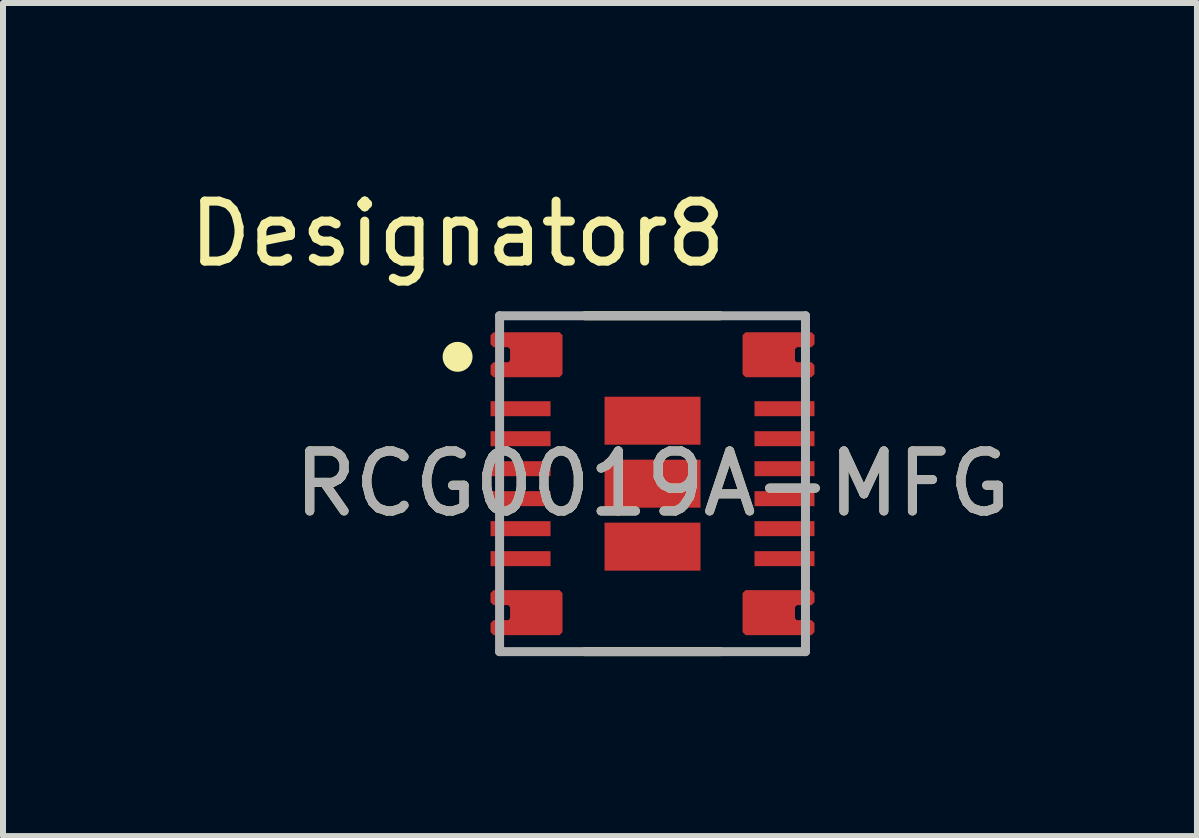
<source format=kicad_pcb>
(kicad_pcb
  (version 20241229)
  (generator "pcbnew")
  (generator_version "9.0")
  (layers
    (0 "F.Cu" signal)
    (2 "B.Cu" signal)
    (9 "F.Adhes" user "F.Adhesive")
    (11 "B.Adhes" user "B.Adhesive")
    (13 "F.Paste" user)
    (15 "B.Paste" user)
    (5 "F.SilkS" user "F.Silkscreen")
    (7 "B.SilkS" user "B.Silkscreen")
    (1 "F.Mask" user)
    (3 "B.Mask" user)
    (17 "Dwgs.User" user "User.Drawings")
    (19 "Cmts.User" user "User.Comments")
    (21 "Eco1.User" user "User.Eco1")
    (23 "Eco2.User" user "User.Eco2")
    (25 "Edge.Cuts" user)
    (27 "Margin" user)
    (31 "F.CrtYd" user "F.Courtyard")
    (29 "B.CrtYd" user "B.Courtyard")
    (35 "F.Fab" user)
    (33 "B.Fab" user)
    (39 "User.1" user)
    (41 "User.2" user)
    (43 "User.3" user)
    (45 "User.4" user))
  (footprint "RCG0019A-MFG"
    (layer "F.Cu")
    (at 7.829 5.014)
    (property "Reference" "RCG0019A-MFG" (at 0 0 0) (unlocked yes) (layer "F.SilkS") (effects (font (size 1 1) (thickness 0.15))))
    (attr smd)
    (fp_poly (pts (xy -2.65 -1.775) (xy -2.7 -1.825) (xy -2.7 -1.975) (xy -2.65 -2.025) (xy -2.402 -2.025) (xy -2.375 -2.059) (xy -2.375 -2.242) (xy -2.408 -2.275) (xy -2.651 -2.275) (xy -2.701 -2.325) (xy -2.701 -2.475) (xy -2.651 -2.525) (xy -1.551 -2.525) (xy -1.501 -2.475) (xy -1.501 -1.825) (xy -1.551 -1.775)) (stroke (width 0) (type solid)) (fill yes) (layer "F.Cu"))
    (fp_poly (pts (xy -2.65 2.525) (xy -2.7 2.475) (xy -2.7 2.325) (xy -2.65 2.275) (xy -2.402 2.275) (xy -2.375 2.241) (xy -2.375 2.058) (xy -2.408 2.025) (xy -2.651 2.025) (xy -2.701 1.975) (xy -2.701 1.825) (xy -2.651 1.775) (xy -1.551 1.775) (xy -1.501 1.825) (xy -1.501 2.475) (xy -1.551 2.525)) (stroke (width 0) (type solid)) (fill yes) (layer "F.Cu"))
    (fp_poly (pts (xy 2.65 -1.775) (xy 2.7 -1.825) (xy 2.7 -1.975) (xy 2.65 -2.025) (xy 2.402 -2.025) (xy 2.375 -2.059) (xy 2.375 -2.242) (xy 2.408 -2.275) (xy 2.651 -2.275) (xy 2.701 -2.325) (xy 2.701 -2.475) (xy 2.651 -2.525) (xy 1.551 -2.525) (xy 1.501 -2.475) (xy 1.501 -1.825) (xy 1.551 -1.775)) (stroke (width 0) (type solid)) (fill yes) (layer "F.Cu"))
    (fp_poly (pts (xy 2.65 2.525) (xy 2.7 2.475) (xy 2.7 2.325) (xy 2.65 2.275) (xy 2.402 2.275) (xy 2.375 2.241) (xy 2.375 2.058) (xy 2.408 2.025) (xy 2.651 2.025) (xy 2.701 1.975) (xy 2.701 1.825) (xy 2.651 1.775) (xy 1.551 1.775) (xy 1.501 1.825) (xy 1.501 2.475) (xy 1.551 2.525)) (stroke (width 0) (type solid)) (fill yes) (layer "F.Cu"))
    (fp_poly (pts (xy -2.65 -1.775) (xy -2.7 -1.825) (xy -2.7 -1.975) (xy -2.65 -2.025) (xy -2.402 -2.025) (xy -2.375 -2.059) (xy -2.375 -2.242) (xy -2.408 -2.275) (xy -2.651 -2.275) (xy -2.701 -2.325) (xy -2.701 -2.475) (xy -2.651 -2.525) (xy -1.551 -2.525) (xy -1.501 -2.475) (xy -1.501 -1.825) (xy -1.551 -1.775)) (stroke (width 0) (type solid)) (fill yes) (layer "F.Mask"))
    (fp_poly (pts (xy -2.65 2.525) (xy -2.7 2.475) (xy -2.7 2.325) (xy -2.65 2.275) (xy -2.402 2.275) (xy -2.375 2.241) (xy -2.375 2.058) (xy -2.408 2.025) (xy -2.651 2.025) (xy -2.701 1.975) (xy -2.701 1.825) (xy -2.651 1.775) (xy -1.551 1.775) (xy -1.501 1.825) (xy -1.501 2.475) (xy -1.551 2.525)) (stroke (width 0) (type solid)) (fill yes) (layer "F.Mask"))
    (fp_poly (pts (xy 2.65 -1.775) (xy 2.7 -1.825) (xy 2.7 -1.975) (xy 2.65 -2.025) (xy 2.402 -2.025) (xy 2.375 -2.059) (xy 2.375 -2.242) (xy 2.408 -2.275) (xy 2.651 -2.275) (xy 2.701 -2.325) (xy 2.701 -2.475) (xy 2.651 -2.525) (xy 1.551 -2.525) (xy 1.501 -2.475) (xy 1.501 -1.825) (xy 1.551 -1.775)) (stroke (width 0) (type solid)) (fill yes) (layer "F.Mask"))
    (fp_poly (pts (xy 2.65 2.525) (xy 2.7 2.475) (xy 2.7 2.325) (xy 2.65 2.275) (xy 2.402 2.275) (xy 2.375 2.241) (xy 2.375 2.058) (xy 2.408 2.025) (xy 2.651 2.025) (xy 2.701 1.975) (xy 2.701 1.825) (xy 2.651 1.775) (xy 1.551 1.775) (xy 1.501 1.825) (xy 1.501 2.475) (xy 1.551 2.525)) (stroke (width 0) (type solid)) (fill yes) (layer "F.Mask"))
    (fp_line (start -1.126 -2.8) (end 1.126 -2.8) (stroke (width 0.15) (type solid)) (layer "F.SilkS"))
    (fp_line (start -1.126 2.8) (end 1.126 2.8) (stroke (width 0.15) (type solid)) (layer "F.SilkS"))
    (fp_circle (center -3.25 -2.115) (end -3.125 -2.115) (stroke (width 0.25) (type solid)) (fill no) (layer "F.SilkS"))
    (fp_poly (pts (xy -0.685 0.38) (xy -0.735 0.33) (xy -0.735 -0.33) (xy -0.685 -0.38) (xy 0.685 -0.38) (xy 0.735 -0.33) (xy 0.735 0.33) (xy 0.685 0.38)) (stroke (width 0) (type solid)) (fill yes) (layer "F.Paste"))
    (fp_poly (pts (xy 0.685 0.67) (xy 0.735 0.72) (xy 0.735 1.38) (xy 0.685 1.43) (xy -0.685 1.43) (xy -0.735 1.38) (xy -0.735 0.72) (xy -0.685 0.67)) (stroke (width 0) (type solid)) (fill yes) (layer "F.Paste"))
    (fp_poly (pts (xy 0.735 -0.72) (xy 0.685 -0.67) (xy -0.685 -0.67) (xy -0.735 -0.72) (xy -0.735 -1.38) (xy -0.685 -1.43) (xy 0.685 -1.43) (xy 0.735 -1.38)) (stroke (width 0) (type solid)) (fill yes) (layer "F.Paste"))
    (fp_poly (pts (xy -2.65 -1.775) (xy -2.7 -1.825) (xy -2.7 -1.975) (xy -2.65 -2.025) (xy -2.077 -2.025) (xy -2.05 -2.059) (xy -2.05 -2.242) (xy -2.083 -2.275) (xy -2.651 -2.275) (xy -2.701 -2.325) (xy -2.701 -2.475) (xy -2.651 -2.525) (xy -1.551 -2.525) (xy -1.501 -2.475) (xy -1.501 -1.825) (xy -1.551 -1.775)) (stroke (width 0) (type solid)) (fill yes) (layer "F.Paste"))
    (fp_poly (pts (xy -2.65 2.525) (xy -2.7 2.475) (xy -2.7 2.325) (xy -2.65 2.275) (xy -2.077 2.275) (xy -2.05 2.241) (xy -2.05 2.058) (xy -2.083 2.025) (xy -2.651 2.025) (xy -2.701 1.975) (xy -2.701 1.825) (xy -2.651 1.775) (xy -1.551 1.775) (xy -1.501 1.825) (xy -1.501 2.475) (xy -1.551 2.525)) (stroke (width 0) (type solid)) (fill yes) (layer "F.Paste"))
    (fp_poly (pts (xy 2.65 -1.775) (xy 2.7 -1.825) (xy 2.7 -1.975) (xy 2.65 -2.025) (xy 2.077 -2.025) (xy 2.05 -2.059) (xy 2.05 -2.242) (xy 2.083 -2.275) (xy 2.651 -2.275) (xy 2.701 -2.325) (xy 2.701 -2.475) (xy 2.651 -2.525) (xy 1.551 -2.525) (xy 1.501 -2.475) (xy 1.501 -1.825) (xy 1.551 -1.775)) (stroke (width 0) (type solid)) (fill yes) (layer "F.Paste"))
    (fp_poly (pts (xy 2.65 2.525) (xy 2.7 2.475) (xy 2.7 2.325) (xy 2.65 2.275) (xy 2.077 2.275) (xy 2.05 2.241) (xy 2.05 2.058) (xy 2.083 2.025) (xy 2.651 2.025) (xy 2.701 1.975) (xy 2.701 1.825) (xy 2.651 1.775) (xy 1.551 1.775) (xy 1.501 1.825) (xy 1.501 2.475) (xy 1.551 2.525)) (stroke (width 0) (type solid)) (fill yes) (layer "F.Paste"))
    (fp_line (start -2.55 -2.8) (end 2.55 -2.8) (stroke (width 0.15) (type solid)) (layer "F.Fab"))
    (fp_line (start -2.55 2.8) (end -2.55 -2.8) (stroke (width 0.15) (type solid)) (layer "F.Fab"))
    (fp_line (start -2.55 2.8) (end 2.55 2.8) (stroke (width 0.15) (type solid)) (layer "F.Fab"))
    (fp_line (start 2.55 2.8) (end 2.55 -2.8) (stroke (width 0.15) (type solid)) (layer "F.Fab"))
    (fp_text user "Designator8" (at -3.251 -4.166 0) (unlocked yes) (layer "F.SilkS") (effects (font (size 1 1) (thickness 0.15))))
    (fp_text user "${REFERENCE}" (at 0 0 0) (unlocked yes) (layer "F.Fab") (effects (font (size 1 1) (thickness 0.15))))
    (pad "1" smd rect (at -1.778 -2.159) (size 0.5 0.25) (layers "F.Cu"))
    (pad "2" smd rect (at -2.2 -1.25) (size 1 0.25) (layers "F.Cu" "F.Mask" "F.Paste"))
    (pad "3" smd rect (at -2.2 -0.75) (size 1 0.25) (layers "F.Cu" "F.Mask" "F.Paste"))
    (pad "4" smd rect (at -2.2 -0.25) (size 1 0.25) (layers "F.Cu" "F.Mask" "F.Paste"))
    (pad "5" smd rect (at -2.2 0.25) (size 1 0.25) (layers "F.Cu" "F.Mask" "F.Paste"))
    (pad "6" smd rect (at -2.2 0.75) (size 1 0.25) (layers "F.Cu" "F.Mask" "F.Paste"))
    (pad "7" smd rect (at -2.2 1.25) (size 1 0.25) (layers "F.Cu" "F.Mask" "F.Paste"))
    (pad "8" smd rect (at -1.778 2.159) (size 0.5 0.25) (layers "F.Cu"))
    (pad "9" smd rect (at 1.778 2.159) (size 0.5 0.25) (layers "F.Cu"))
    (pad "10" smd rect (at 2.2 1.25) (size 1 0.25) (layers "F.Cu" "F.Mask" "F.Paste"))
    (pad "11" smd rect (at 2.2 0.75) (size 1 0.25) (layers "F.Cu" "F.Mask" "F.Paste"))
    (pad "12" smd rect (at 2.2 0.25) (size 1 0.25) (layers "F.Cu" "F.Mask" "F.Paste"))
    (pad "13" smd rect (at 2.2 -0.25) (size 1 0.25) (layers "F.Cu" "F.Mask" "F.Paste"))
    (pad "14" smd rect (at 2.2 -0.75) (size 1 0.25) (layers "F.Cu" "F.Mask" "F.Paste"))
    (pad "15" smd rect (at 2.2 -1.25) (size 1 0.25) (layers "F.Cu" "F.Mask" "F.Paste"))
    (pad "16" smd rect (at 1.778 -2.159) (size 0.5 0.25) (layers "F.Cu"))
    (pad "17" smd rect (at 0 -1.05) (size 1.6 0.8) (layers "F.Cu" "F.Mask"))
    (pad "18" smd rect (at 0 0) (size 1.6 0.8) (layers "F.Cu" "F.Mask"))
    (pad "19" smd rect (at 0 1.05) (size 1.6 0.8) (layers "F.Cu" "F.Mask")))
  (gr_rect
    (start -3 -3)
    (end 16.906 10.889)
    (stroke (width 0.1) (type default))
    (fill no)
    (layer "Edge.Cuts")))
</source>
